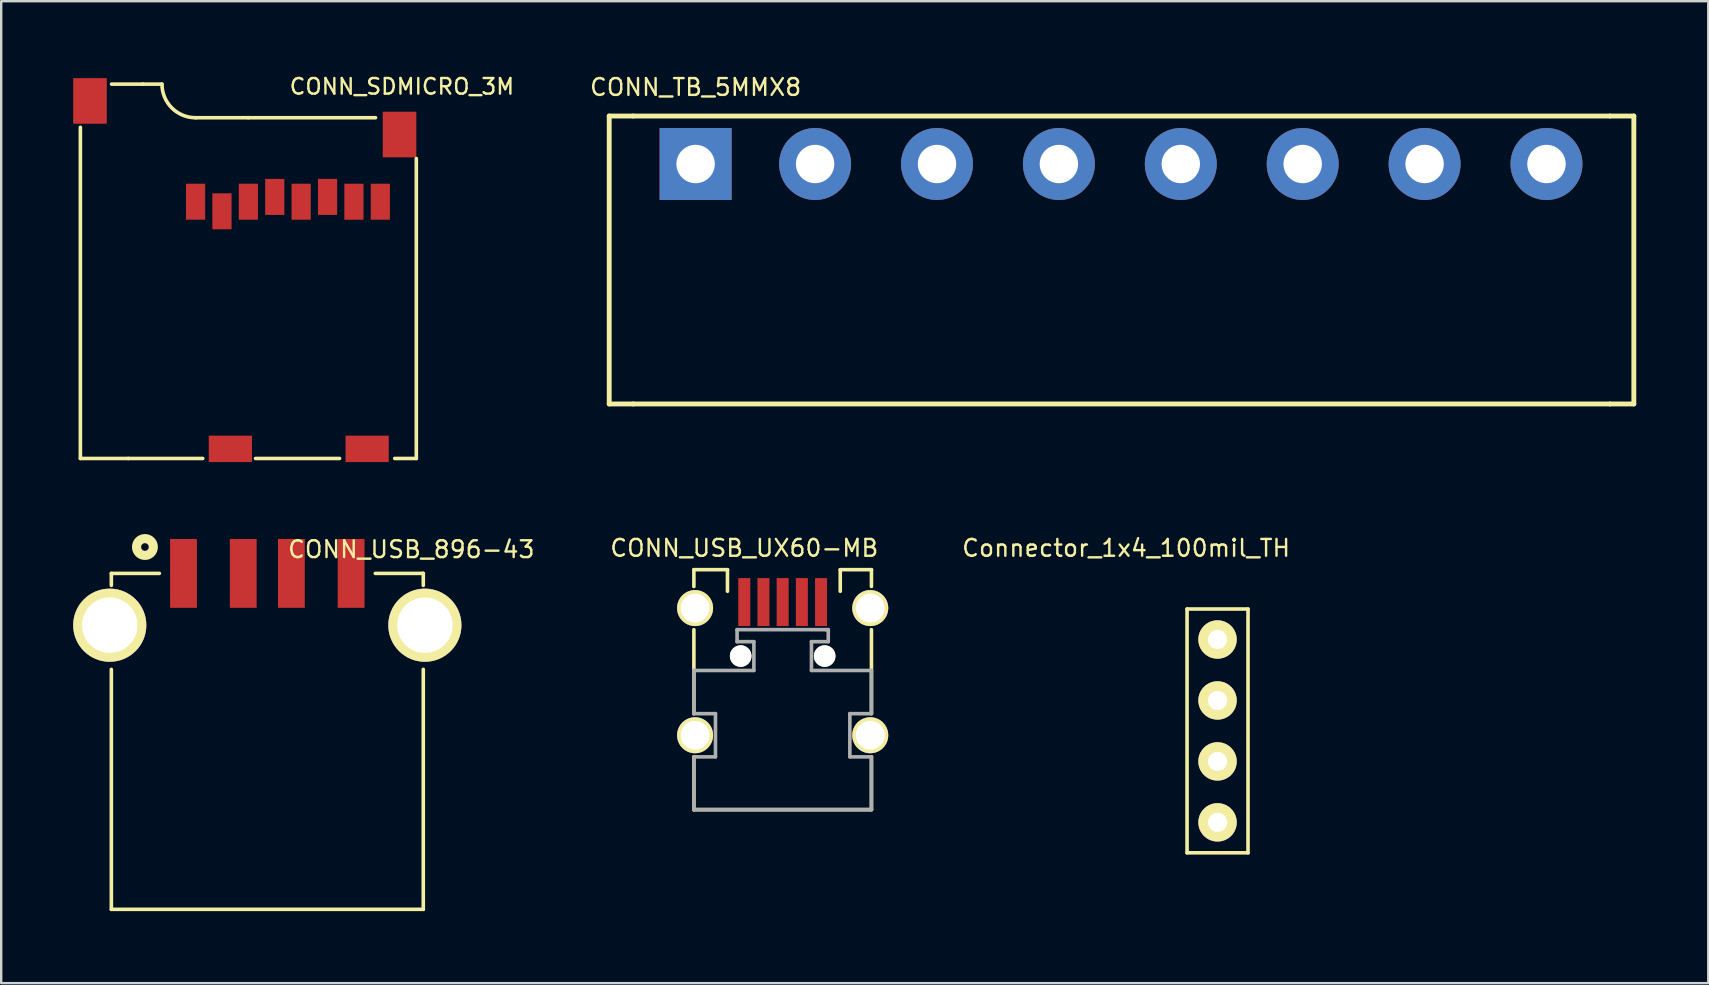
<source format=kicad_pcb>
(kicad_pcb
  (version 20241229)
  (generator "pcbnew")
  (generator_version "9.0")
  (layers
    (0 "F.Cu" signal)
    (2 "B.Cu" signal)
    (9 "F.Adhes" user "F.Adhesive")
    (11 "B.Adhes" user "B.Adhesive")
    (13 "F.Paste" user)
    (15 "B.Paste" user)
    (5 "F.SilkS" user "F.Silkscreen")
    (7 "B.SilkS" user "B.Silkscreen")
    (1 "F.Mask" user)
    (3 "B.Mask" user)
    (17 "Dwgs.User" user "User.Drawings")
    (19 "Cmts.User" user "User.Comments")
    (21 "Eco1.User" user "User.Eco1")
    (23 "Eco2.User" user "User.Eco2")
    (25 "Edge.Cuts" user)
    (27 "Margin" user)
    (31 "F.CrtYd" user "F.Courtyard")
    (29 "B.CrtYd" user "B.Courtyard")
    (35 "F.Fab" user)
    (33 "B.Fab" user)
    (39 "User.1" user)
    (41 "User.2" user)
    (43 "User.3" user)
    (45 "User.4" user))
  (footprint "CONN_USB_UX60-MB"
    (layer "F.Cu")
    (at 29.567 22.091)
    (property "Reference" "CONN_USB_UX60-MB" (at -1.6 -2.3 0) (layer "F.SilkS") (effects (font (size 0.7 0.7) (thickness 0.1))))
    (attr through_hole)
    (fp_line (start -3.7 -1.4) (end -2.3 -1.4) (stroke (width 0.15) (type solid)) (layer "F.SilkS"))
    (fp_line (start -3.7 -0.7) (end -3.7 -1.4) (stroke (width 0.15) (type solid)) (layer "F.SilkS"))
    (fp_line (start -3.7 4.6) (end -3.7 1.1) (stroke (width 0.15) (type solid)) (layer "F.SilkS"))
    (fp_line (start -3.7 8.6) (end -3.7 6.4) (stroke (width 0.15) (type solid)) (layer "F.SilkS"))
    (fp_line (start -2.3 -1.4) (end -2.3 -0.5) (stroke (width 0.15) (type solid)) (layer "F.SilkS"))
    (fp_line (start 2.4 -1.4) (end 3.7 -1.4) (stroke (width 0.15) (type solid)) (layer "F.SilkS"))
    (fp_line (start 2.4 -0.5) (end 2.4 -1.4) (stroke (width 0.15) (type solid)) (layer "F.SilkS"))
    (fp_line (start 3.7 -1.4) (end 3.7 -0.7) (stroke (width 0.15) (type solid)) (layer "F.SilkS"))
    (fp_line (start 3.7 1.1) (end 3.7 4.6) (stroke (width 0.15) (type solid)) (layer "F.SilkS"))
    (fp_line (start 3.7 6.4) (end 3.7 8.6) (stroke (width 0.15) (type solid)) (layer "F.SilkS"))
    (fp_line (start 3.7 8.6) (end -3.7 8.6) (stroke (width 0.15) (type solid)) (layer "F.SilkS"))
    (fp_line (start -3.7 2.8) (end -1.2 2.8) (stroke (width 0.15) (type solid)) (layer "F.Fab"))
    (fp_line (start -3.7 4.6) (end -3.7 2.8) (stroke (width 0.15) (type solid)) (layer "F.Fab"))
    (fp_line (start -3.7 6.4) (end -2.8 6.4) (stroke (width 0.15) (type solid)) (layer "F.Fab"))
    (fp_line (start -3.7 8.6) (end -3.7 6.4) (stroke (width 0.15) (type solid)) (layer "F.Fab"))
    (fp_line (start -2.8 4.6) (end -3.7 4.6) (stroke (width 0.15) (type solid)) (layer "F.Fab"))
    (fp_line (start -2.8 6.4) (end -2.8 4.6) (stroke (width 0.15) (type solid)) (layer "F.Fab"))
    (fp_line (start -1.9 1.1) (end 1.8 1.1) (stroke (width 0.15) (type solid)) (layer "F.Fab"))
    (fp_line (start -1.9 1.6) (end -1.9 1.1) (stroke (width 0.15) (type solid)) (layer "F.Fab"))
    (fp_line (start -1.2 1.6) (end -1.9 1.6) (stroke (width 0.15) (type solid)) (layer "F.Fab"))
    (fp_line (start -1.2 2.8) (end -1.2 1.6) (stroke (width 0.15) (type solid)) (layer "F.Fab"))
    (fp_line (start 1.2 1.6) (end 1.2 2.8) (stroke (width 0.15) (type solid)) (layer "F.Fab"))
    (fp_line (start 1.2 2.8) (end 3.7 2.8) (stroke (width 0.15) (type solid)) (layer "F.Fab"))
    (fp_line (start 1.8 1.1) (end 1.9 1.1) (stroke (width 0.15) (type solid)) (layer "F.Fab"))
    (fp_line (start 1.9 1.1) (end 1.9 1.6) (stroke (width 0.15) (type solid)) (layer "F.Fab"))
    (fp_line (start 1.9 1.6) (end 1.2 1.6) (stroke (width 0.15) (type solid)) (layer "F.Fab"))
    (fp_line (start 2.8 4.6) (end 2.8 6.4) (stroke (width 0.15) (type solid)) (layer "F.Fab"))
    (fp_line (start 2.8 6.4) (end 3.7 6.4) (stroke (width 0.15) (type solid)) (layer "F.Fab"))
    (fp_line (start 3.7 2.8) (end 3.7 4.6) (stroke (width 0.15) (type solid)) (layer "F.Fab"))
    (fp_line (start 3.7 4.6) (end 2.8 4.6) (stroke (width 0.15) (type solid)) (layer "F.Fab"))
    (fp_line (start 3.7 6.4) (end 3.7 8.6) (stroke (width 0.15) (type solid)) (layer "F.Fab"))
    (fp_line (start 3.7 8.6) (end -3.7 8.6) (stroke (width 0.15) (type solid)) (layer "F.Fab"))
    (pad "" np_thru_hole circle (at -1.75 2.2) (size 0.9 0.9) (drill 0.9) (layers "*.Cu" "*.Mask" "F.SilkS"))
    (pad "" np_thru_hole circle (at 1.75 2.2) (size 0.9 0.9) (drill 0.9) (layers "*.Cu" "*.Mask" "F.SilkS"))
    (pad "1" smd rect (at -1.6 -0.05) (size 0.5 2) (layers "F.Cu" "F.Mask" "F.Paste"))
    (pad "2" smd rect (at -0.8 -0.05) (size 0.5 2) (layers "F.Cu" "F.Mask" "F.Paste"))
    (pad "3" smd rect (at 0 -0.05) (size 0.5 2) (layers "F.Cu" "F.Mask" "F.Paste"))
    (pad "4" smd rect (at 0.8 -0.05) (size 0.5 2) (layers "F.Cu" "F.Mask" "F.Paste"))
    (pad "5" smd rect (at 1.6 -0.05) (size 0.5 2) (layers "F.Cu" "F.Mask" "F.Paste"))
    (pad "6" thru_hole circle (at -3.65 0.2) (size 1.5 1.5) (drill 1.2) (layers "*.Cu" "*.Mask" "F.SilkS"))
    (pad "7" thru_hole circle (at 3.65 0.2) (size 1.5 1.5) (drill 1.2) (layers "*.Cu" "*.Mask" "F.SilkS"))
    (pad "8" thru_hole circle (at -3.65 5.5) (size 1.5 1.5) (drill 1.2) (layers "*.Cu" "*.Mask" "F.SilkS"))
    (pad "9" thru_hole circle (at 3.65 5.5) (size 1.5 1.5) (drill 1.2) (layers "*.Cu" "*.Mask" "F.SilkS")))
  (footprint "CONN_SDMICRO_3M"
    (layer "F.Cu")
    (at 14.3 3.456)
    (property "Reference" "CONN_SDMICRO_3M" (at -0.6 -2.9 0) (layer "F.SilkS") (effects (font (size 0.65 0.65) (thickness 0.1))))
    (attr through_hole)
    (fp_line (start -14 12.6) (end -14 -1.2) (stroke (width 0.15) (type solid)) (layer "F.SilkS"))
    (fp_line (start -12.7 -3) (end -11.4 -3) (stroke (width 0.15) (type solid)) (layer "F.SilkS"))
    (fp_line (start -12 12.6) (end -14 12.6) (stroke (width 0.15) (type solid)) (layer "F.SilkS"))
    (fp_line (start -12 12.6) (end -8.9 12.6) (stroke (width 0.15) (type solid)) (layer "F.SilkS"))
    (fp_line (start -11.4 -3) (end -10.6 -3) (stroke (width 0.15) (type solid)) (layer "F.SilkS"))
    (fp_line (start -7 -1.6) (end -9.2 -1.6) (stroke (width 0.15) (type solid)) (layer "F.SilkS"))
    (fp_line (start -7 -1.6) (end -1.7 -1.6) (stroke (width 0.15) (type solid)) (layer "F.SilkS"))
    (fp_line (start -3.2 12.6) (end -6.7 12.6) (stroke (width 0.15) (type solid)) (layer "F.SilkS"))
    (fp_line (start 0 0.1) (end 0 12.6) (stroke (width 0.15) (type solid)) (layer "F.SilkS"))
    (fp_line (start 0 12.6) (end -0.9 12.6) (stroke (width 0.15) (type solid)) (layer "F.SilkS"))
    (fp_arc (start -9.2 -1.6) (mid -10.189949 -2.010051) (end -10.6 -3) (stroke (width 0.15) (type solid)) (layer "F.SilkS"))
    (pad "1" smd rect (at -9.2 1.9) (size 0.8 1.5) (layers "F.Cu" "F.Mask" "F.Paste"))
    (pad "2" smd rect (at -8.1 2.3) (size 0.8 1.5) (layers "F.Cu" "F.Mask" "F.Paste"))
    (pad "3" smd rect (at -7 1.9) (size 0.8 1.5) (layers "F.Cu" "F.Mask" "F.Paste"))
    (pad "4" smd rect (at -5.9 1.7) (size 0.8 1.5) (layers "F.Cu" "F.Mask" "F.Paste"))
    (pad "5" smd rect (at -4.8 1.9) (size 0.8 1.5) (layers "F.Cu" "F.Mask" "F.Paste"))
    (pad "6" smd rect (at -3.7 1.7) (size 0.8 1.5) (layers "F.Cu" "F.Mask" "F.Paste"))
    (pad "7" smd rect (at -2.6 1.9) (size 0.8 1.5) (layers "F.Cu" "F.Mask" "F.Paste"))
    (pad "8" smd rect (at -1.5 1.9) (size 0.8 1.5) (layers "F.Cu" "F.Mask" "F.Paste"))
    (pad "9" smd rect (at -0.7 -0.9) (size 1.4 1.9) (layers "F.Cu" "F.Mask" "F.Paste"))
    (pad "10" smd rect (at -13.6 -2.3) (size 1.4 1.9) (layers "F.Cu" "F.Mask" "F.Paste"))
    (pad "11" smd rect (at -2.05 12.2) (size 1.8 1.1) (layers "F.Cu" "F.Mask" "F.Paste"))
    (pad "12" smd rect (at -7.75 12.2) (size 1.8 1.1) (layers "F.Cu" "F.Mask" "F.Paste")))
  (footprint "Connector_1x4_100mil_TH"
    (layer "F.Cu")
    (at 47.69 23.601)
    (property "Reference" "Connector_1x4_100mil_TH" (at -3.81 -3.81 0) (layer "F.SilkS") (effects (font (size 0.7 0.7) (thickness 0.1))))
    (attr through_hole)
    (fp_line (start -1.27 -1.27) (end 1.27 -1.27) (stroke (width 0.15) (type solid)) (layer "F.SilkS"))
    (fp_line (start -1.27 8.89) (end -1.27 -1.27) (stroke (width 0.15) (type solid)) (layer "F.SilkS"))
    (fp_line (start 1.27 -1.27) (end 1.27 8.89) (stroke (width 0.15) (type solid)) (layer "F.SilkS"))
    (fp_line (start 1.27 8.89) (end -1.27 8.89) (stroke (width 0.15) (type solid)) (layer "F.SilkS"))
    (pad "1" thru_hole circle (at 0 0) (size 1.6 1.6) (drill 0.8) (layers "*.Cu" "*.Mask" "F.SilkS"))
    (pad "2" thru_hole circle (at 0 2.54) (size 1.6 1.6) (drill 0.8) (layers "*.Cu" "*.Mask" "F.SilkS"))
    (pad "3" thru_hole circle (at 0 5.08) (size 1.6 1.6) (drill 0.8) (layers "*.Cu" "*.Mask" "F.SilkS"))
    (pad "4" thru_hole circle (at 0 7.62) (size 1.6 1.6) (drill 0.8) (layers "*.Cu" "*.Mask" "F.SilkS")))
  (footprint "CONN_TB_5MMX8"
    (layer "F.Cu")
    (at 25.839 3.785)
    (property "Reference" "CONN_TB_5MMX8" (at 0.1 -3.2 0) (layer "F.SilkS") (effects (font (size 0.7 0.7) (thickness 0.1))))
    (attr through_hole)
    (fp_line (start -3.5 -2) (end -3.5 10) (stroke (width 0.203) (type solid)) (layer "F.SilkS"))
    (fp_line (start -3.5 10) (end -2.5 10) (stroke (width 0.203) (type solid)) (layer "F.SilkS"))
    (fp_line (start -2.5 -2) (end -3.5 -2) (stroke (width 0.203) (type solid)) (layer "F.SilkS"))
    (fp_line (start -2.5 10) (end 38.2 10) (stroke (width 0.203) (type solid)) (layer "F.SilkS"))
    (fp_line (start 38.2 -2) (end -2.5 -2) (stroke (width 0.203) (type solid)) (layer "F.SilkS"))
    (fp_line (start 38.2 -2) (end 39.2 -2) (stroke (width 0.203) (type solid)) (layer "F.SilkS"))
    (fp_line (start 39.2 -2) (end 39.2 10) (stroke (width 0.203) (type solid)) (layer "F.SilkS"))
    (fp_line (start 39.2 10) (end 38.2 10) (stroke (width 0.203) (type solid)) (layer "F.SilkS"))
    (pad "1" thru_hole rect (at 0.1 0) (size 3 3) (drill 1.6) (layers "*.Cu" "*.Mask"))
    (pad "2" thru_hole circle (at 5.08 0) (size 3 3) (drill 1.6) (layers "*.Cu" "*.Mask"))
    (pad "3" thru_hole circle (at 10.16 0) (size 3 3) (drill 1.6) (layers "*.Cu" "*.Mask"))
    (pad "4" thru_hole circle (at 15.24 0) (size 3 3) (drill 1.6) (layers "*.Cu" "*.Mask"))
    (pad "5" thru_hole circle (at 20.32 0) (size 3 3) (drill 1.6) (layers "*.Cu" "*.Mask"))
    (pad "6" thru_hole circle (at 25.4 0) (size 3 3) (drill 1.6) (layers "*.Cu" "*.Mask"))
    (pad "7" thru_hole circle (at 30.48 0) (size 3 3) (drill 1.6) (layers "*.Cu" "*.Mask"))
    (pad "8" thru_hole circle (at 35.56 0) (size 3 3) (drill 1.6) (layers "*.Cu" "*.Mask")))
  (footprint "CONN_USB_896-43"
    (layer "F.Cu")
    (at 8.09 20.846)
    (property "Reference" "CONN_USB_896-43" (at 6 -1 0) (layer "F.SilkS") (effects (font (size 0.7 0.7) (thickness 0.1))))
    (attr through_hole)
    (fp_line (start -6.5 0) (end -6.5 0.5) (stroke (width 0.15) (type solid)) (layer "F.SilkS"))
    (fp_line (start -6.5 4) (end -6.5 14) (stroke (width 0.15) (type solid)) (layer "F.SilkS"))
    (fp_line (start -6.5 14) (end 6.5 14) (stroke (width 0.15) (type solid)) (layer "F.SilkS"))
    (fp_line (start -4.5 0) (end -6.5 0) (stroke (width 0.15) (type solid)) (layer "F.SilkS"))
    (fp_line (start 4.5 0) (end 6.5 0) (stroke (width 0.15) (type solid)) (layer "F.SilkS"))
    (fp_line (start 6.5 0) (end 6.5 0.5) (stroke (width 0.15) (type solid)) (layer "F.SilkS"))
    (fp_line (start 6.5 14) (end 6.5 4) (stroke (width 0.15) (type solid)) (layer "F.SilkS"))
    (fp_circle (center -5.1 -1.1) (end -4.75 -1.1) (stroke (width 0.381) (type solid)) (fill no) (layer "F.SilkS"))
    (pad "1" smd rect (at -3.493 0) (size 1.118 2.87) (layers "F.Cu" "F.Mask" "F.Paste"))
    (pad "2" smd rect (at -1.003 0) (size 1.118 2.87) (layers "F.Cu" "F.Mask" "F.Paste"))
    (pad "3" smd rect (at 1.003 0) (size 1.118 2.87) (layers "F.Cu" "F.Mask" "F.Paste"))
    (pad "4" smd rect (at 3.493 0) (size 1.118 2.87) (layers "F.Cu" "F.Mask" "F.Paste"))
    (pad "5" thru_hole circle (at -6.566 2.159) (size 3.048 3.048) (drill 2.311) (layers "*.Cu" "*.Mask" "F.SilkS"))
    (pad "6" thru_hole circle (at 6.566 2.159) (size 3.048 3.048) (drill 2.311) (layers "*.Cu" "*.Mask" "F.SilkS")))
  (gr_rect
    (start -3 -3)
    (end 68.14 37.921)
    (stroke (width 0.1) (type default))
    (fill no)
    (layer "Edge.Cuts")))
</source>
